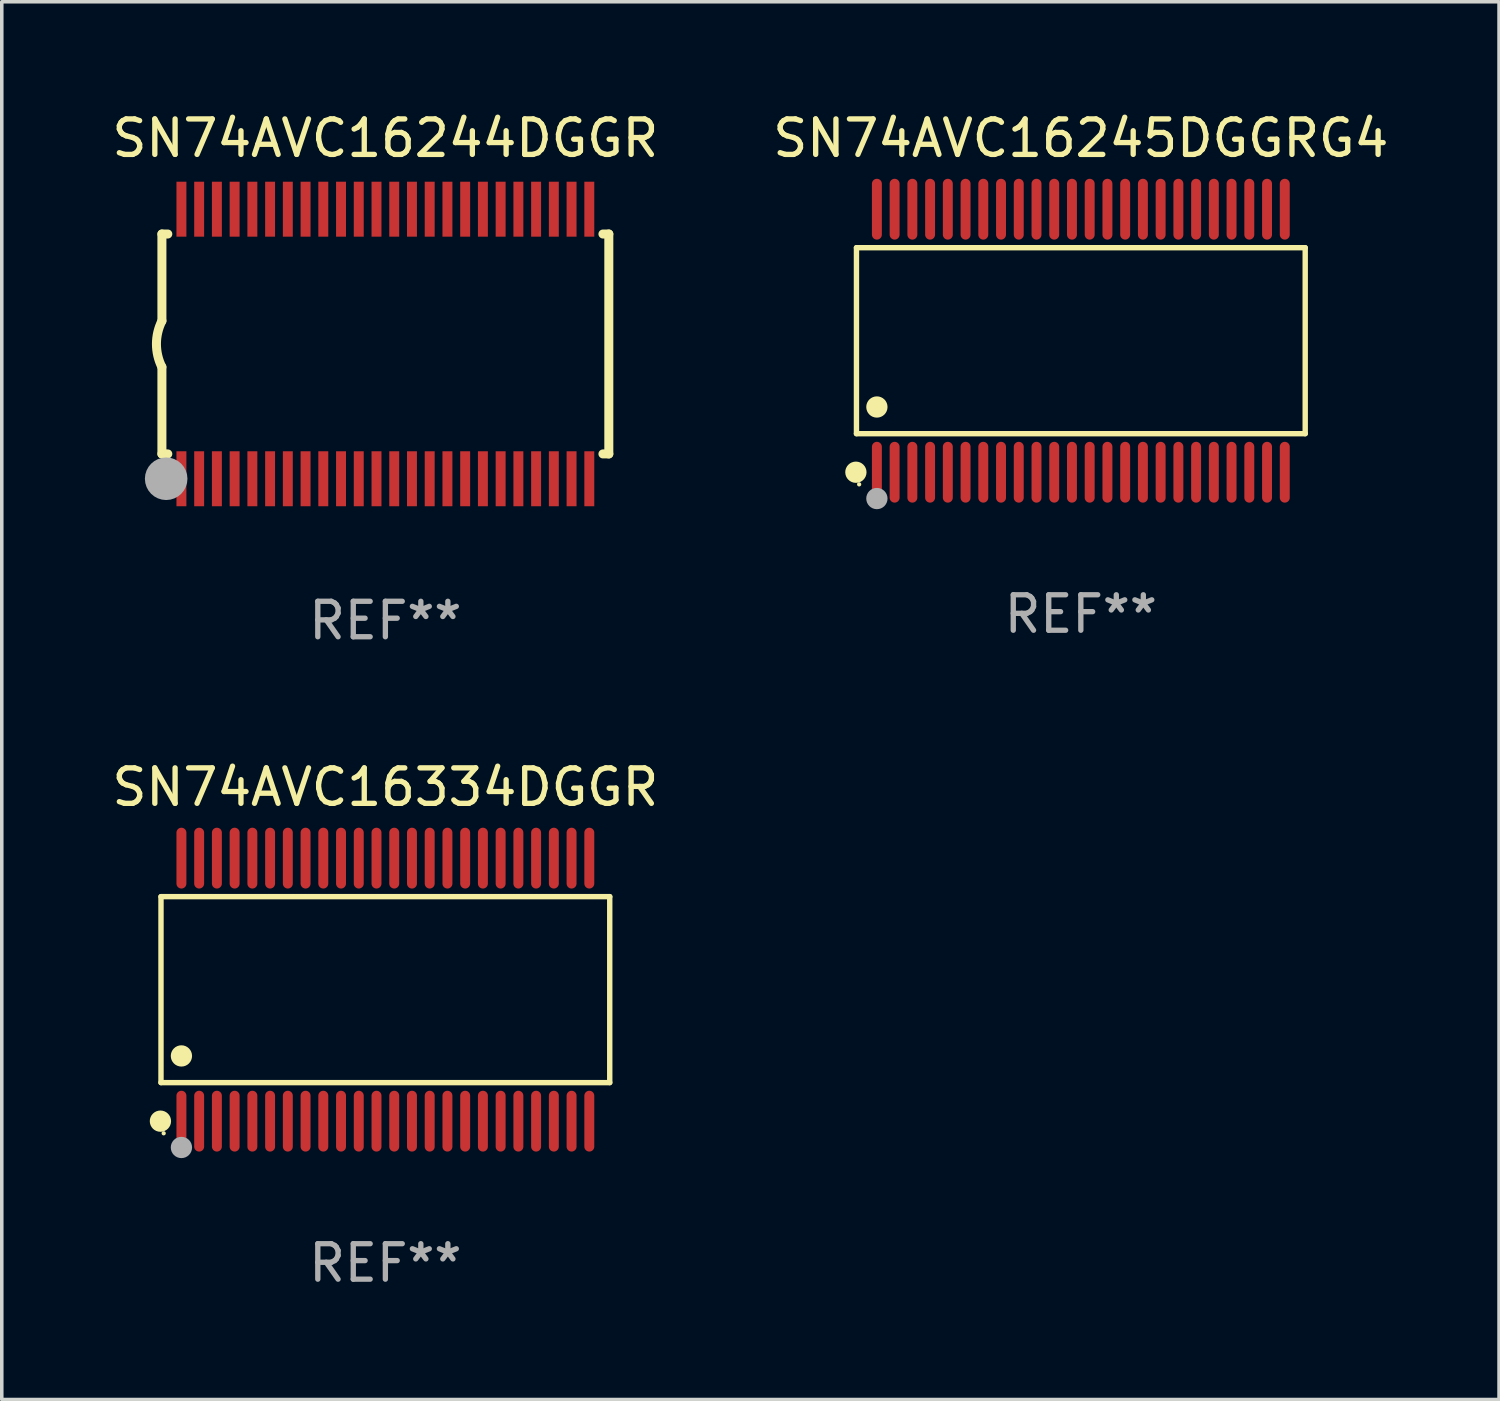
<source format=kicad_pcb>
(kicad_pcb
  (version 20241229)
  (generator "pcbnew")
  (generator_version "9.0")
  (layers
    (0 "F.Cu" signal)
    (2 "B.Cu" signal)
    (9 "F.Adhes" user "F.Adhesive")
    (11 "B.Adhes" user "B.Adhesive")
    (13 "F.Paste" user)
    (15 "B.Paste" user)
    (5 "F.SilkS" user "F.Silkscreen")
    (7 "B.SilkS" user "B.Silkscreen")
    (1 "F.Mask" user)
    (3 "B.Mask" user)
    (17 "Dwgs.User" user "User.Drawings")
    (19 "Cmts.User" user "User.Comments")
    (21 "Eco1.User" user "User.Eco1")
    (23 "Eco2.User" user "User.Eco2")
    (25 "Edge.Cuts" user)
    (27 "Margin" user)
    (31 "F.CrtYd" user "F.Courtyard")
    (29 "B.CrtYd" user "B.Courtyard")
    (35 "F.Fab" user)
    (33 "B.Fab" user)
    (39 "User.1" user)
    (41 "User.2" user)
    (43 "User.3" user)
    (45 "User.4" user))
  (footprint "SN74AVC16245DGGRG4"
    (layer "F.Cu")
    (at 27.423 6.556)
    (property "Reference" "SN74AVC16245DGGRG4" (at 0 -5.708 0) (layer "F.SilkS") (effects (font (size 1 1) (thickness 0.15))))
    (attr through_hole)
    (fp_line (start -6.326 -2.622) (end 6.326 -2.622) (stroke (width 0.152) (type solid)) (layer "F.SilkS"))
    (fp_line (start -6.326 2.621) (end -6.326 -2.622) (stroke (width 0.152) (type solid)) (layer "F.SilkS"))
    (fp_line (start 6.326 -2.622) (end 6.326 2.621) (stroke (width 0.152) (type solid)) (layer "F.SilkS"))
    (fp_line (start 6.326 2.621) (end -6.326 2.621) (stroke (width 0.152) (type solid)) (layer "F.SilkS"))
    (fp_circle (center -6.342 3.708) (end -6.192 3.708) (stroke (width 0.3) (type solid)) (fill no) (layer "F.SilkS"))
    (fp_circle (center -6.25 4.05) (end -6.22 4.05) (stroke (width 0.06) (type solid)) (fill no) (layer "F.SilkS"))
    (fp_circle (center -5.75 1.869) (end -5.6 1.869) (stroke (width 0.3) (type solid)) (fill no) (layer "F.SilkS"))
    (fp_circle (center -5.75 4.45) (end -5.6 4.45) (stroke (width 0.3) (type solid)) (fill no) (layer "F.Fab"))
    (fp_text user "REF**" (at 0 7.708 0) (layer "F.Fab") (effects (font (size 1 1) (thickness 0.15))))
    (pad "1" smd oval (at -5.75 3.708) (size 0.28 1.715) (layers "F.Cu" "F.Mask" "F.Paste"))
    (pad "2" smd oval (at -5.25 3.708) (size 0.28 1.715) (layers "F.Cu" "F.Mask" "F.Paste"))
    (pad "3" smd oval (at -4.75 3.708) (size 0.28 1.715) (layers "F.Cu" "F.Mask" "F.Paste"))
    (pad "4" smd oval (at -4.25 3.708) (size 0.28 1.715) (layers "F.Cu" "F.Mask" "F.Paste"))
    (pad "5" smd oval (at -3.75 3.708) (size 0.28 1.715) (layers "F.Cu" "F.Mask" "F.Paste"))
    (pad "6" smd oval (at -3.25 3.708) (size 0.28 1.715) (layers "F.Cu" "F.Mask" "F.Paste"))
    (pad "7" smd oval (at -2.75 3.708) (size 0.28 1.715) (layers "F.Cu" "F.Mask" "F.Paste"))
    (pad "8" smd oval (at -2.25 3.708) (size 0.28 1.715) (layers "F.Cu" "F.Mask" "F.Paste"))
    (pad "9" smd oval (at -1.75 3.708) (size 0.28 1.715) (layers "F.Cu" "F.Mask" "F.Paste"))
    (pad "10" smd oval (at -1.25 3.708) (size 0.28 1.715) (layers "F.Cu" "F.Mask" "F.Paste"))
    (pad "11" smd oval (at -0.75 3.708) (size 0.28 1.715) (layers "F.Cu" "F.Mask" "F.Paste"))
    (pad "12" smd oval (at -0.25 3.708) (size 0.28 1.715) (layers "F.Cu" "F.Mask" "F.Paste"))
    (pad "13" smd oval (at 0.25 3.708) (size 0.28 1.715) (layers "F.Cu" "F.Mask" "F.Paste"))
    (pad "14" smd oval (at 0.75 3.708) (size 0.28 1.715) (layers "F.Cu" "F.Mask" "F.Paste"))
    (pad "15" smd oval (at 1.25 3.708) (size 0.28 1.715) (layers "F.Cu" "F.Mask" "F.Paste"))
    (pad "16" smd oval (at 1.75 3.708) (size 0.28 1.715) (layers "F.Cu" "F.Mask" "F.Paste"))
    (pad "17" smd oval (at 2.25 3.708) (size 0.28 1.715) (layers "F.Cu" "F.Mask" "F.Paste"))
    (pad "18" smd oval (at 2.75 3.708) (size 0.28 1.715) (layers "F.Cu" "F.Mask" "F.Paste"))
    (pad "19" smd oval (at 3.25 3.708) (size 0.28 1.715) (layers "F.Cu" "F.Mask" "F.Paste"))
    (pad "20" smd oval (at 3.75 3.708) (size 0.28 1.715) (layers "F.Cu" "F.Mask" "F.Paste"))
    (pad "21" smd oval (at 4.25 3.708) (size 0.28 1.715) (layers "F.Cu" "F.Mask" "F.Paste"))
    (pad "22" smd oval (at 4.75 3.708) (size 0.28 1.715) (layers "F.Cu" "F.Mask" "F.Paste"))
    (pad "23" smd oval (at 5.25 3.708) (size 0.28 1.715) (layers "F.Cu" "F.Mask" "F.Paste"))
    (pad "24" smd oval (at 5.75 3.708) (size 0.28 1.715) (layers "F.Cu" "F.Mask" "F.Paste"))
    (pad "25" smd oval (at 5.75 -3.708) (size 0.28 1.715) (layers "F.Cu" "F.Mask" "F.Paste"))
    (pad "26" smd oval (at 5.25 -3.708) (size 0.28 1.715) (layers "F.Cu" "F.Mask" "F.Paste"))
    (pad "27" smd oval (at 4.75 -3.708) (size 0.28 1.715) (layers "F.Cu" "F.Mask" "F.Paste"))
    (pad "28" smd oval (at 4.25 -3.708) (size 0.28 1.715) (layers "F.Cu" "F.Mask" "F.Paste"))
    (pad "29" smd oval (at 3.75 -3.708) (size 0.28 1.715) (layers "F.Cu" "F.Mask" "F.Paste"))
    (pad "30" smd oval (at 3.25 -3.708) (size 0.28 1.715) (layers "F.Cu" "F.Mask" "F.Paste"))
    (pad "31" smd oval (at 2.75 -3.708) (size 0.28 1.715) (layers "F.Cu" "F.Mask" "F.Paste"))
    (pad "32" smd oval (at 2.25 -3.708) (size 0.28 1.715) (layers "F.Cu" "F.Mask" "F.Paste"))
    (pad "33" smd oval (at 1.75 -3.708) (size 0.28 1.715) (layers "F.Cu" "F.Mask" "F.Paste"))
    (pad "34" smd oval (at 1.25 -3.708) (size 0.28 1.715) (layers "F.Cu" "F.Mask" "F.Paste"))
    (pad "35" smd oval (at 0.75 -3.708) (size 0.28 1.715) (layers "F.Cu" "F.Mask" "F.Paste"))
    (pad "36" smd oval (at 0.25 -3.708) (size 0.28 1.715) (layers "F.Cu" "F.Mask" "F.Paste"))
    (pad "37" smd oval (at -0.25 -3.708) (size 0.28 1.715) (layers "F.Cu" "F.Mask" "F.Paste"))
    (pad "38" smd oval (at -0.75 -3.708) (size 0.28 1.715) (layers "F.Cu" "F.Mask" "F.Paste"))
    (pad "39" smd oval (at -1.25 -3.708) (size 0.28 1.715) (layers "F.Cu" "F.Mask" "F.Paste"))
    (pad "40" smd oval (at -1.75 -3.708) (size 0.28 1.715) (layers "F.Cu" "F.Mask" "F.Paste"))
    (pad "41" smd oval (at -2.25 -3.708) (size 0.28 1.715) (layers "F.Cu" "F.Mask" "F.Paste"))
    (pad "42" smd oval (at -2.75 -3.708) (size 0.28 1.715) (layers "F.Cu" "F.Mask" "F.Paste"))
    (pad "43" smd oval (at -3.25 -3.708) (size 0.28 1.715) (layers "F.Cu" "F.Mask" "F.Paste"))
    (pad "44" smd oval (at -3.75 -3.708) (size 0.28 1.715) (layers "F.Cu" "F.Mask" "F.Paste"))
    (pad "45" smd oval (at -4.25 -3.708) (size 0.28 1.715) (layers "F.Cu" "F.Mask" "F.Paste"))
    (pad "46" smd oval (at -4.75 -3.708) (size 0.28 1.715) (layers "F.Cu" "F.Mask" "F.Paste"))
    (pad "47" smd oval (at -5.25 -3.708) (size 0.28 1.715) (layers "F.Cu" "F.Mask" "F.Paste"))
    (pad "48" smd oval (at -5.75 -3.708) (size 0.28 1.715) (layers "F.Cu" "F.Mask" "F.Paste")))
  (footprint "SN74AVC16244DGGR"
    (layer "F.Cu")
    (at 7.815 6.648)
    (property "Reference" "SN74AVC16244DGGR" (at 0 -5.8 0) (layer "F.SilkS") (effects (font (size 1 1) (thickness 0.15))))
    (attr through_hole)
    (fp_line (start -6.3 -3.1) (end -6.3 -0.65) (stroke (width 0.254) (type solid)) (layer "F.SilkS"))
    (fp_line (start -6.3 -3.1) (end -6.134 -3.1) (stroke (width 0.254) (type solid)) (layer "F.SilkS"))
    (fp_line (start -6.3 3.1) (end -6.3 0.65) (stroke (width 0.254) (type solid)) (layer "F.SilkS"))
    (fp_line (start -6.3 3.1) (end -6.134 3.1) (stroke (width 0.254) (type solid)) (layer "F.SilkS"))
    (fp_line (start 6.134 -3.1) (end 6.3 -3.1) (stroke (width 0.254) (type solid)) (layer "F.SilkS"))
    (fp_line (start 6.134 3.1) (end 6.3 3.1) (stroke (width 0.254) (type solid)) (layer "F.SilkS"))
    (fp_line (start 6.3 -3.1) (end 6.3 3.1) (stroke (width 0.254) (type solid)) (layer "F.SilkS"))
    (fp_arc (start -6.301016 0.650114) (mid -6.45413 -0.000082) (end -6.3 -0.650038) (stroke (width 0.254001) (type solid)) (layer "F.SilkS"))
    (fp_circle (center -6.35 3.81) (end -6.223 3.81) (stroke (width 0.254) (type solid)) (fill no) (layer "F.SilkS"))
    (fp_circle (center -6.25 4.05) (end -6.22 4.05) (stroke (width 0.06) (type solid)) (fill no) (layer "F.SilkS"))
    (fp_circle (center -6.18 3.8) (end -5.88 3.8) (stroke (width 0.6) (type solid)) (fill no) (layer "F.Fab"))
    (fp_text user "REF**" (at 0 7.8 0) (layer "F.Fab") (effects (font (size 1 1) (thickness 0.15))))
    (pad "1" smd rect (at -5.75 3.8) (size 0.28 1.55) (layers "F.Cu" "F.Mask" "F.Paste"))
    (pad "2" smd rect (at -5.25 3.8) (size 0.28 1.55) (layers "F.Cu" "F.Mask" "F.Paste"))
    (pad "3" smd rect (at -4.75 3.8) (size 0.28 1.55) (layers "F.Cu" "F.Mask" "F.Paste"))
    (pad "4" smd rect (at -4.25 3.8) (size 0.28 1.55) (layers "F.Cu" "F.Mask" "F.Paste"))
    (pad "5" smd rect (at -3.75 3.8) (size 0.28 1.55) (layers "F.Cu" "F.Mask" "F.Paste"))
    (pad "6" smd rect (at -3.25 3.8) (size 0.28 1.55) (layers "F.Cu" "F.Mask" "F.Paste"))
    (pad "7" smd rect (at -2.75 3.8) (size 0.28 1.55) (layers "F.Cu" "F.Mask" "F.Paste"))
    (pad "8" smd rect (at -2.25 3.8) (size 0.28 1.55) (layers "F.Cu" "F.Mask" "F.Paste"))
    (pad "9" smd rect (at -1.75 3.8) (size 0.28 1.55) (layers "F.Cu" "F.Mask" "F.Paste"))
    (pad "10" smd rect (at -1.25 3.8) (size 0.28 1.55) (layers "F.Cu" "F.Mask" "F.Paste"))
    (pad "11" smd rect (at -0.75 3.8) (size 0.28 1.55) (layers "F.Cu" "F.Mask" "F.Paste"))
    (pad "12" smd rect (at -0.25 3.8) (size 0.28 1.55) (layers "F.Cu" "F.Mask" "F.Paste"))
    (pad "13" smd rect (at 0.25 3.8) (size 0.28 1.55) (layers "F.Cu" "F.Mask" "F.Paste"))
    (pad "14" smd rect (at 0.75 3.8) (size 0.28 1.55) (layers "F.Cu" "F.Mask" "F.Paste"))
    (pad "15" smd rect (at 1.25 3.8) (size 0.28 1.55) (layers "F.Cu" "F.Mask" "F.Paste"))
    (pad "16" smd rect (at 1.75 3.8) (size 0.28 1.55) (layers "F.Cu" "F.Mask" "F.Paste"))
    (pad "17" smd rect (at 2.25 3.8) (size 0.28 1.55) (layers "F.Cu" "F.Mask" "F.Paste"))
    (pad "18" smd rect (at 2.75 3.8) (size 0.28 1.55) (layers "F.Cu" "F.Mask" "F.Paste"))
    (pad "19" smd rect (at 3.25 3.8) (size 0.28 1.55) (layers "F.Cu" "F.Mask" "F.Paste"))
    (pad "20" smd rect (at 3.75 3.8) (size 0.28 1.55) (layers "F.Cu" "F.Mask" "F.Paste"))
    (pad "21" smd rect (at 4.25 3.8) (size 0.28 1.55) (layers "F.Cu" "F.Mask" "F.Paste"))
    (pad "22" smd rect (at 4.75 3.8) (size 0.28 1.55) (layers "F.Cu" "F.Mask" "F.Paste"))
    (pad "23" smd rect (at 5.25 3.8) (size 0.28 1.55) (layers "F.Cu" "F.Mask" "F.Paste"))
    (pad "24" smd rect (at 5.75 3.8) (size 0.28 1.55) (layers "F.Cu" "F.Mask" "F.Paste"))
    (pad "25" smd rect (at 5.75 -3.8) (size 0.28 1.55) (layers "F.Cu" "F.Mask" "F.Paste"))
    (pad "26" smd rect (at 5.25 -3.8) (size 0.28 1.55) (layers "F.Cu" "F.Mask" "F.Paste"))
    (pad "27" smd rect (at 4.75 -3.8) (size 0.28 1.55) (layers "F.Cu" "F.Mask" "F.Paste"))
    (pad "28" smd rect (at 4.25 -3.8) (size 0.28 1.55) (layers "F.Cu" "F.Mask" "F.Paste"))
    (pad "29" smd rect (at 3.75 -3.8) (size 0.28 1.55) (layers "F.Cu" "F.Mask" "F.Paste"))
    (pad "30" smd rect (at 3.25 -3.8) (size 0.28 1.55) (layers "F.Cu" "F.Mask" "F.Paste"))
    (pad "31" smd rect (at 2.75 -3.8) (size 0.28 1.55) (layers "F.Cu" "F.Mask" "F.Paste"))
    (pad "32" smd rect (at 2.25 -3.8) (size 0.28 1.55) (layers "F.Cu" "F.Mask" "F.Paste"))
    (pad "33" smd rect (at 1.75 -3.8) (size 0.28 1.55) (layers "F.Cu" "F.Mask" "F.Paste"))
    (pad "34" smd rect (at 1.25 -3.8) (size 0.28 1.55) (layers "F.Cu" "F.Mask" "F.Paste"))
    (pad "35" smd rect (at 0.75 -3.8) (size 0.28 1.55) (layers "F.Cu" "F.Mask" "F.Paste"))
    (pad "36" smd rect (at 0.25 -3.8) (size 0.28 1.55) (layers "F.Cu" "F.Mask" "F.Paste"))
    (pad "37" smd rect (at -0.25 -3.8) (size 0.28 1.55) (layers "F.Cu" "F.Mask" "F.Paste"))
    (pad "38" smd rect (at -0.75 -3.8) (size 0.28 1.55) (layers "F.Cu" "F.Mask" "F.Paste"))
    (pad "39" smd rect (at -1.25 -3.8) (size 0.28 1.55) (layers "F.Cu" "F.Mask" "F.Paste"))
    (pad "40" smd rect (at -1.75 -3.8) (size 0.28 1.55) (layers "F.Cu" "F.Mask" "F.Paste"))
    (pad "41" smd rect (at -2.25 -3.8) (size 0.28 1.55) (layers "F.Cu" "F.Mask" "F.Paste"))
    (pad "42" smd rect (at -2.75 -3.8) (size 0.28 1.55) (layers "F.Cu" "F.Mask" "F.Paste"))
    (pad "43" smd rect (at -3.25 -3.8) (size 0.28 1.55) (layers "F.Cu" "F.Mask" "F.Paste"))
    (pad "44" smd rect (at -3.75 -3.8) (size 0.28 1.55) (layers "F.Cu" "F.Mask" "F.Paste"))
    (pad "45" smd rect (at -4.25 -3.8) (size 0.28 1.55) (layers "F.Cu" "F.Mask" "F.Paste"))
    (pad "46" smd rect (at -4.75 -3.8) (size 0.28 1.55) (layers "F.Cu" "F.Mask" "F.Paste"))
    (pad "47" smd rect (at -5.25 -3.8) (size 0.28 1.55) (layers "F.Cu" "F.Mask" "F.Paste"))
    (pad "48" smd rect (at -5.75 -3.8) (size 0.28 1.55) (layers "F.Cu" "F.Mask" "F.Paste")))
  (footprint "SN74AVC16334DGGR"
    (layer "F.Cu")
    (at 7.815 24.852)
    (property "Reference" "SN74AVC16334DGGR" (at 0 -5.708 0) (layer "F.SilkS") (effects (font (size 1 1) (thickness 0.15))))
    (attr through_hole)
    (fp_line (start -6.326 -2.622) (end 6.326 -2.622) (stroke (width 0.152) (type solid)) (layer "F.SilkS"))
    (fp_line (start -6.326 2.621) (end -6.326 -2.622) (stroke (width 0.152) (type solid)) (layer "F.SilkS"))
    (fp_line (start 6.326 -2.622) (end 6.326 2.621) (stroke (width 0.152) (type solid)) (layer "F.SilkS"))
    (fp_line (start 6.326 2.621) (end -6.326 2.621) (stroke (width 0.152) (type solid)) (layer "F.SilkS"))
    (fp_circle (center -6.342 3.708) (end -6.192 3.708) (stroke (width 0.3) (type solid)) (fill no) (layer "F.SilkS"))
    (fp_circle (center -6.25 4.05) (end -6.22 4.05) (stroke (width 0.06) (type solid)) (fill no) (layer "F.SilkS"))
    (fp_circle (center -5.75 1.869) (end -5.6 1.869) (stroke (width 0.3) (type solid)) (fill no) (layer "F.SilkS"))
    (fp_circle (center -5.75 4.45) (end -5.6 4.45) (stroke (width 0.3) (type solid)) (fill no) (layer "F.Fab"))
    (fp_text user "REF**" (at 0 7.708 0) (layer "F.Fab") (effects (font (size 1 1) (thickness 0.15))))
    (pad "1" smd oval (at -5.75 3.708) (size 0.28 1.715) (layers "F.Cu" "F.Mask" "F.Paste"))
    (pad "2" smd oval (at -5.25 3.708) (size 0.28 1.715) (layers "F.Cu" "F.Mask" "F.Paste"))
    (pad "3" smd oval (at -4.75 3.708) (size 0.28 1.715) (layers "F.Cu" "F.Mask" "F.Paste"))
    (pad "4" smd oval (at -4.25 3.708) (size 0.28 1.715) (layers "F.Cu" "F.Mask" "F.Paste"))
    (pad "5" smd oval (at -3.75 3.708) (size 0.28 1.715) (layers "F.Cu" "F.Mask" "F.Paste"))
    (pad "6" smd oval (at -3.25 3.708) (size 0.28 1.715) (layers "F.Cu" "F.Mask" "F.Paste"))
    (pad "7" smd oval (at -2.75 3.708) (size 0.28 1.715) (layers "F.Cu" "F.Mask" "F.Paste"))
    (pad "8" smd oval (at -2.25 3.708) (size 0.28 1.715) (layers "F.Cu" "F.Mask" "F.Paste"))
    (pad "9" smd oval (at -1.75 3.708) (size 0.28 1.715) (layers "F.Cu" "F.Mask" "F.Paste"))
    (pad "10" smd oval (at -1.25 3.708) (size 0.28 1.715) (layers "F.Cu" "F.Mask" "F.Paste"))
    (pad "11" smd oval (at -0.75 3.708) (size 0.28 1.715) (layers "F.Cu" "F.Mask" "F.Paste"))
    (pad "12" smd oval (at -0.25 3.708) (size 0.28 1.715) (layers "F.Cu" "F.Mask" "F.Paste"))
    (pad "13" smd oval (at 0.25 3.708) (size 0.28 1.715) (layers "F.Cu" "F.Mask" "F.Paste"))
    (pad "14" smd oval (at 0.75 3.708) (size 0.28 1.715) (layers "F.Cu" "F.Mask" "F.Paste"))
    (pad "15" smd oval (at 1.25 3.708) (size 0.28 1.715) (layers "F.Cu" "F.Mask" "F.Paste"))
    (pad "16" smd oval (at 1.75 3.708) (size 0.28 1.715) (layers "F.Cu" "F.Mask" "F.Paste"))
    (pad "17" smd oval (at 2.25 3.708) (size 0.28 1.715) (layers "F.Cu" "F.Mask" "F.Paste"))
    (pad "18" smd oval (at 2.75 3.708) (size 0.28 1.715) (layers "F.Cu" "F.Mask" "F.Paste"))
    (pad "19" smd oval (at 3.25 3.708) (size 0.28 1.715) (layers "F.Cu" "F.Mask" "F.Paste"))
    (pad "20" smd oval (at 3.75 3.708) (size 0.28 1.715) (layers "F.Cu" "F.Mask" "F.Paste"))
    (pad "21" smd oval (at 4.25 3.708) (size 0.28 1.715) (layers "F.Cu" "F.Mask" "F.Paste"))
    (pad "22" smd oval (at 4.75 3.708) (size 0.28 1.715) (layers "F.Cu" "F.Mask" "F.Paste"))
    (pad "23" smd oval (at 5.25 3.708) (size 0.28 1.715) (layers "F.Cu" "F.Mask" "F.Paste"))
    (pad "24" smd oval (at 5.75 3.708) (size 0.28 1.715) (layers "F.Cu" "F.Mask" "F.Paste"))
    (pad "25" smd oval (at 5.75 -3.708) (size 0.28 1.715) (layers "F.Cu" "F.Mask" "F.Paste"))
    (pad "26" smd oval (at 5.25 -3.708) (size 0.28 1.715) (layers "F.Cu" "F.Mask" "F.Paste"))
    (pad "27" smd oval (at 4.75 -3.708) (size 0.28 1.715) (layers "F.Cu" "F.Mask" "F.Paste"))
    (pad "28" smd oval (at 4.25 -3.708) (size 0.28 1.715) (layers "F.Cu" "F.Mask" "F.Paste"))
    (pad "29" smd oval (at 3.75 -3.708) (size 0.28 1.715) (layers "F.Cu" "F.Mask" "F.Paste"))
    (pad "30" smd oval (at 3.25 -3.708) (size 0.28 1.715) (layers "F.Cu" "F.Mask" "F.Paste"))
    (pad "31" smd oval (at 2.75 -3.708) (size 0.28 1.715) (layers "F.Cu" "F.Mask" "F.Paste"))
    (pad "32" smd oval (at 2.25 -3.708) (size 0.28 1.715) (layers "F.Cu" "F.Mask" "F.Paste"))
    (pad "33" smd oval (at 1.75 -3.708) (size 0.28 1.715) (layers "F.Cu" "F.Mask" "F.Paste"))
    (pad "34" smd oval (at 1.25 -3.708) (size 0.28 1.715) (layers "F.Cu" "F.Mask" "F.Paste"))
    (pad "35" smd oval (at 0.75 -3.708) (size 0.28 1.715) (layers "F.Cu" "F.Mask" "F.Paste"))
    (pad "36" smd oval (at 0.25 -3.708) (size 0.28 1.715) (layers "F.Cu" "F.Mask" "F.Paste"))
    (pad "37" smd oval (at -0.25 -3.708) (size 0.28 1.715) (layers "F.Cu" "F.Mask" "F.Paste"))
    (pad "38" smd oval (at -0.75 -3.708) (size 0.28 1.715) (layers "F.Cu" "F.Mask" "F.Paste"))
    (pad "39" smd oval (at -1.25 -3.708) (size 0.28 1.715) (layers "F.Cu" "F.Mask" "F.Paste"))
    (pad "40" smd oval (at -1.75 -3.708) (size 0.28 1.715) (layers "F.Cu" "F.Mask" "F.Paste"))
    (pad "41" smd oval (at -2.25 -3.708) (size 0.28 1.715) (layers "F.Cu" "F.Mask" "F.Paste"))
    (pad "42" smd oval (at -2.75 -3.708) (size 0.28 1.715) (layers "F.Cu" "F.Mask" "F.Paste"))
    (pad "43" smd oval (at -3.25 -3.708) (size 0.28 1.715) (layers "F.Cu" "F.Mask" "F.Paste"))
    (pad "44" smd oval (at -3.75 -3.708) (size 0.28 1.715) (layers "F.Cu" "F.Mask" "F.Paste"))
    (pad "45" smd oval (at -4.25 -3.708) (size 0.28 1.715) (layers "F.Cu" "F.Mask" "F.Paste"))
    (pad "46" smd oval (at -4.75 -3.708) (size 0.28 1.715) (layers "F.Cu" "F.Mask" "F.Paste"))
    (pad "47" smd oval (at -5.25 -3.708) (size 0.28 1.715) (layers "F.Cu" "F.Mask" "F.Paste"))
    (pad "48" smd oval (at -5.75 -3.708) (size 0.28 1.715) (layers "F.Cu" "F.Mask" "F.Paste")))
  (gr_rect
    (start -3 -3)
    (end 39.214 36.408)
    (stroke (width 0.1) (type default))
    (fill no)
    (layer "Edge.Cuts")))
</source>
